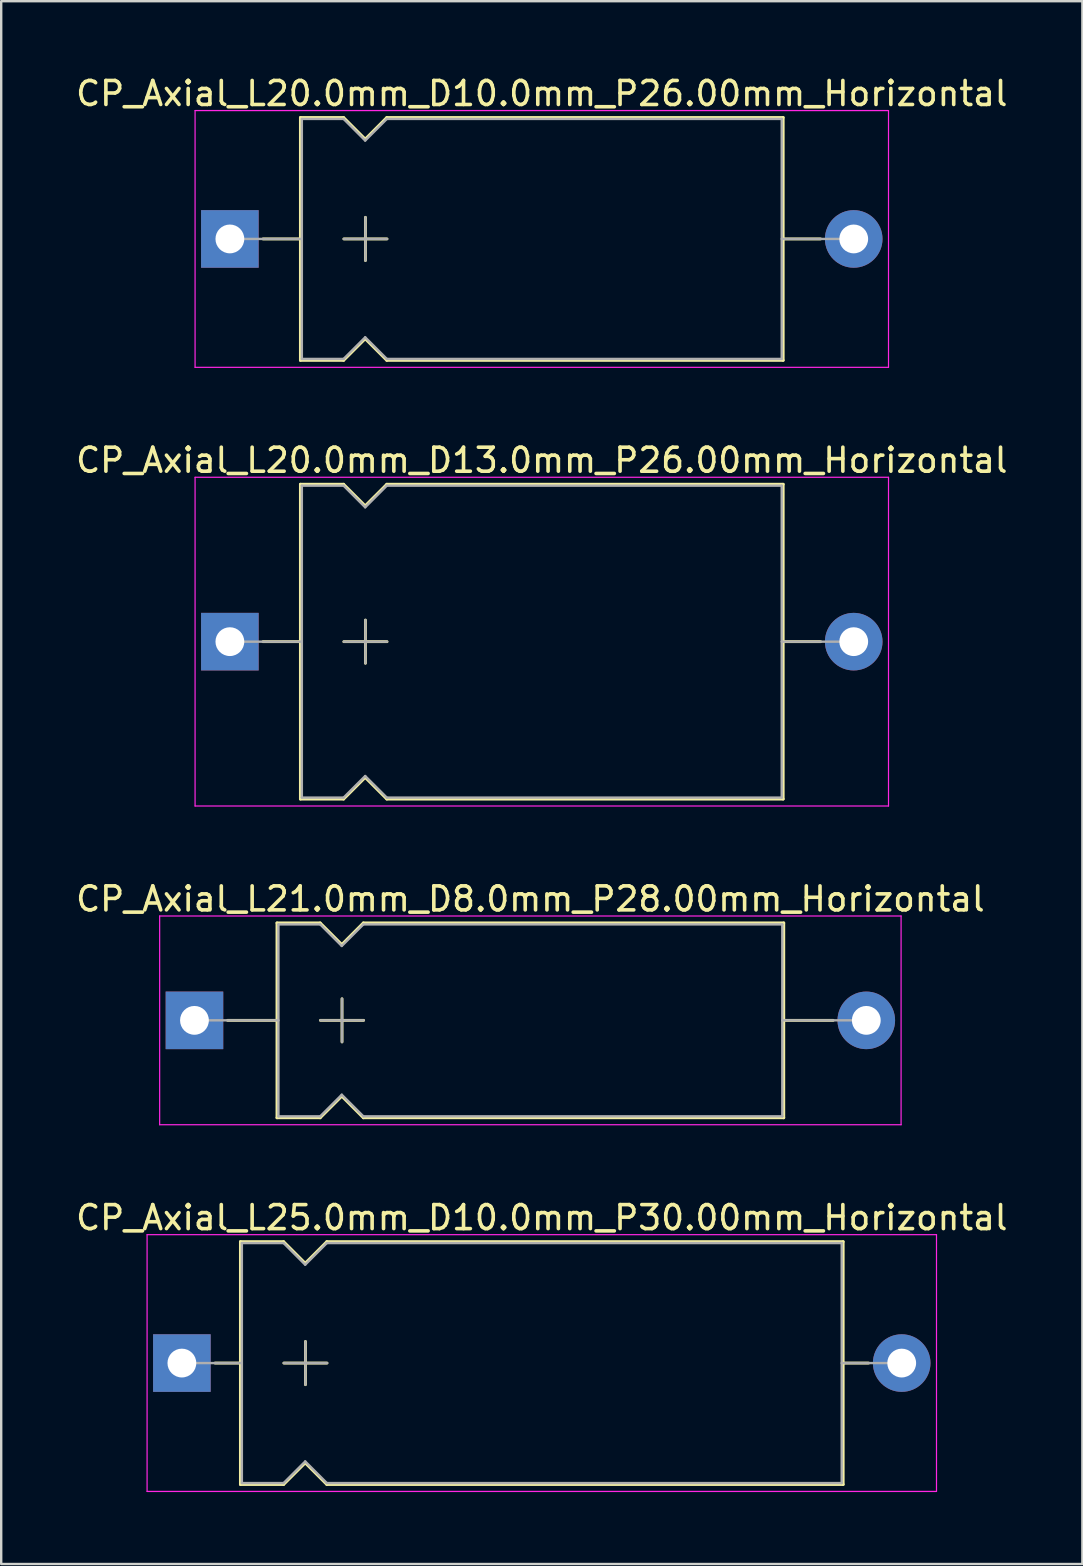
<source format=kicad_pcb>
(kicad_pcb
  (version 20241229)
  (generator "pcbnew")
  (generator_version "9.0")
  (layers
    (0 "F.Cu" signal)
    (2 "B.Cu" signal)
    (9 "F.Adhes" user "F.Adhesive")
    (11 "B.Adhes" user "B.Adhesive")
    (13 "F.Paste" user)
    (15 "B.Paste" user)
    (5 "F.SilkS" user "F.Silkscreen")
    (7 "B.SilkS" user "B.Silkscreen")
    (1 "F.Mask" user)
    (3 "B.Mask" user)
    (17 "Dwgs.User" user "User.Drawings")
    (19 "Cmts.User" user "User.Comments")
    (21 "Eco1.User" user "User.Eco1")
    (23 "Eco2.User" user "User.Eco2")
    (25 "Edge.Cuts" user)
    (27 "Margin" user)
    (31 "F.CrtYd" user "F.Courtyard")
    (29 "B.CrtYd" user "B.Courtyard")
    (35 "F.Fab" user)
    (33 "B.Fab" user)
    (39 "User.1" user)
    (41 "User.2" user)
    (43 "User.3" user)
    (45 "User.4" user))
  (footprint "CP_Axial_L20.0mm_D10.0mm_P26.00mm_Horizontal"
    (layer "F.Cu")
    (at 6.53 6.908)
    (property "Reference" "CP_Axial_L20.0mm_D10.0mm_P26.00mm_Horizontal" (at 13 -6.06 0) (layer "F.SilkS") (effects (font (size 1 1) (thickness 0.15))))
    (attr through_hole)
    (fp_line (start 1.38 0) (end 2.94 0) (stroke (width 0.12) (type solid)) (layer "F.SilkS"))
    (fp_line (start 2.94 -5.06) (end 2.94 5.06) (stroke (width 0.12) (type solid)) (layer "F.SilkS"))
    (fp_line (start 2.94 -5.06) (end 4.74 -5.06) (stroke (width 0.12) (type solid)) (layer "F.SilkS"))
    (fp_line (start 2.94 5.06) (end 4.74 5.06) (stroke (width 0.12) (type solid)) (layer "F.SilkS"))
    (fp_line (start 4.74 -5.06) (end 5.64 -4.16) (stroke (width 0.12) (type solid)) (layer "F.SilkS"))
    (fp_line (start 4.74 5.06) (end 5.64 4.16) (stroke (width 0.12) (type solid)) (layer "F.SilkS"))
    (fp_line (start 4.75 0) (end 6.55 0) (stroke (width 0.12) (type solid)) (layer "F.SilkS"))
    (fp_line (start 5.64 -4.16) (end 6.54 -5.06) (stroke (width 0.12) (type solid)) (layer "F.SilkS"))
    (fp_line (start 5.64 4.16) (end 6.54 5.06) (stroke (width 0.12) (type solid)) (layer "F.SilkS"))
    (fp_line (start 5.65 -0.9) (end 5.65 0.9) (stroke (width 0.12) (type solid)) (layer "F.SilkS"))
    (fp_line (start 6.54 -5.06) (end 23.06 -5.06) (stroke (width 0.12) (type solid)) (layer "F.SilkS"))
    (fp_line (start 6.54 5.06) (end 23.06 5.06) (stroke (width 0.12) (type solid)) (layer "F.SilkS"))
    (fp_line (start 23.06 -5.06) (end 23.06 5.06) (stroke (width 0.12) (type solid)) (layer "F.SilkS"))
    (fp_line (start 24.62 0) (end 23.06 0) (stroke (width 0.12) (type solid)) (layer "F.SilkS"))
    (fp_line (start -1.45 -5.35) (end -1.45 5.35) (stroke (width 0.05) (type solid)) (layer "F.CrtYd"))
    (fp_line (start -1.45 5.35) (end 27.45 5.35) (stroke (width 0.05) (type solid)) (layer "F.CrtYd"))
    (fp_line (start 27.45 -5.35) (end -1.45 -5.35) (stroke (width 0.05) (type solid)) (layer "F.CrtYd"))
    (fp_line (start 27.45 5.35) (end 27.45 -5.35) (stroke (width 0.05) (type solid)) (layer "F.CrtYd"))
    (fp_line (start 0 0) (end 3 0) (stroke (width 0.1) (type solid)) (layer "F.Fab"))
    (fp_line (start 3 -5) (end 3 5) (stroke (width 0.1) (type solid)) (layer "F.Fab"))
    (fp_line (start 3 -5) (end 4.74 -5) (stroke (width 0.1) (type solid)) (layer "F.Fab"))
    (fp_line (start 3 5) (end 4.74 5) (stroke (width 0.1) (type solid)) (layer "F.Fab"))
    (fp_line (start 4.74 -5) (end 5.64 -4.1) (stroke (width 0.1) (type solid)) (layer "F.Fab"))
    (fp_line (start 4.74 5) (end 5.64 4.1) (stroke (width 0.1) (type solid)) (layer "F.Fab"))
    (fp_line (start 4.75 0) (end 6.55 0) (stroke (width 0.1) (type solid)) (layer "F.Fab"))
    (fp_line (start 5.64 -4.1) (end 6.54 -5) (stroke (width 0.1) (type solid)) (layer "F.Fab"))
    (fp_line (start 5.64 4.1) (end 6.54 5) (stroke (width 0.1) (type solid)) (layer "F.Fab"))
    (fp_line (start 5.65 -0.9) (end 5.65 0.9) (stroke (width 0.1) (type solid)) (layer "F.Fab"))
    (fp_line (start 6.54 -5) (end 23 -5) (stroke (width 0.1) (type solid)) (layer "F.Fab"))
    (fp_line (start 6.54 5) (end 23 5) (stroke (width 0.1) (type solid)) (layer "F.Fab"))
    (fp_line (start 23 -5) (end 23 5) (stroke (width 0.1) (type solid)) (layer "F.Fab"))
    (fp_line (start 26 0) (end 23 0) (stroke (width 0.1) (type solid)) (layer "F.Fab"))
    (pad "1" thru_hole rect (at 0 0) (size 2.4 2.4) (drill 1.2) (layers "*.Cu" "*.Mask"))
    (pad "2" thru_hole oval (at 26 0) (size 2.4 2.4) (drill 1.2) (layers "*.Cu" "*.Mask")))
  (footprint "CP_Axial_L21.0mm_D8.0mm_P28.00mm_Horizontal"
    (layer "F.Cu")
    (at 5.054 39.475)
    (property "Reference" "CP_Axial_L21.0mm_D8.0mm_P28.00mm_Horizontal" (at 14 -5.06 0) (layer "F.SilkS") (effects (font (size 1 1) (thickness 0.15))))
    (attr through_hole)
    (fp_line (start 1.38 0) (end 3.44 0) (stroke (width 0.12) (type solid)) (layer "F.SilkS"))
    (fp_line (start 3.44 -4.06) (end 3.44 4.06) (stroke (width 0.12) (type solid)) (layer "F.SilkS"))
    (fp_line (start 3.44 -4.06) (end 5.24 -4.06) (stroke (width 0.12) (type solid)) (layer "F.SilkS"))
    (fp_line (start 3.44 4.06) (end 5.24 4.06) (stroke (width 0.12) (type solid)) (layer "F.SilkS"))
    (fp_line (start 5.24 -4.06) (end 6.14 -3.16) (stroke (width 0.12) (type solid)) (layer "F.SilkS"))
    (fp_line (start 5.24 4.06) (end 6.14 3.16) (stroke (width 0.12) (type solid)) (layer "F.SilkS"))
    (fp_line (start 5.25 0) (end 7.05 0) (stroke (width 0.12) (type solid)) (layer "F.SilkS"))
    (fp_line (start 6.14 -3.16) (end 7.04 -4.06) (stroke (width 0.12) (type solid)) (layer "F.SilkS"))
    (fp_line (start 6.14 3.16) (end 7.04 4.06) (stroke (width 0.12) (type solid)) (layer "F.SilkS"))
    (fp_line (start 6.15 -0.9) (end 6.15 0.9) (stroke (width 0.12) (type solid)) (layer "F.SilkS"))
    (fp_line (start 7.04 -4.06) (end 24.56 -4.06) (stroke (width 0.12) (type solid)) (layer "F.SilkS"))
    (fp_line (start 7.04 4.06) (end 24.56 4.06) (stroke (width 0.12) (type solid)) (layer "F.SilkS"))
    (fp_line (start 24.56 -4.06) (end 24.56 4.06) (stroke (width 0.12) (type solid)) (layer "F.SilkS"))
    (fp_line (start 26.62 0) (end 24.56 0) (stroke (width 0.12) (type solid)) (layer "F.SilkS"))
    (fp_line (start -1.45 -4.35) (end -1.45 4.35) (stroke (width 0.05) (type solid)) (layer "F.CrtYd"))
    (fp_line (start -1.45 4.35) (end 29.45 4.35) (stroke (width 0.05) (type solid)) (layer "F.CrtYd"))
    (fp_line (start 29.45 -4.35) (end -1.45 -4.35) (stroke (width 0.05) (type solid)) (layer "F.CrtYd"))
    (fp_line (start 29.45 4.35) (end 29.45 -4.35) (stroke (width 0.05) (type solid)) (layer "F.CrtYd"))
    (fp_line (start 0 0) (end 3.5 0) (stroke (width 0.1) (type solid)) (layer "F.Fab"))
    (fp_line (start 3.5 -4) (end 3.5 4) (stroke (width 0.1) (type solid)) (layer "F.Fab"))
    (fp_line (start 3.5 -4) (end 5.24 -4) (stroke (width 0.1) (type solid)) (layer "F.Fab"))
    (fp_line (start 3.5 4) (end 5.24 4) (stroke (width 0.1) (type solid)) (layer "F.Fab"))
    (fp_line (start 5.24 -4) (end 6.14 -3.1) (stroke (width 0.1) (type solid)) (layer "F.Fab"))
    (fp_line (start 5.24 4) (end 6.14 3.1) (stroke (width 0.1) (type solid)) (layer "F.Fab"))
    (fp_line (start 5.25 0) (end 7.05 0) (stroke (width 0.1) (type solid)) (layer "F.Fab"))
    (fp_line (start 6.14 -3.1) (end 7.04 -4) (stroke (width 0.1) (type solid)) (layer "F.Fab"))
    (fp_line (start 6.14 3.1) (end 7.04 4) (stroke (width 0.1) (type solid)) (layer "F.Fab"))
    (fp_line (start 6.15 -0.9) (end 6.15 0.9) (stroke (width 0.1) (type solid)) (layer "F.Fab"))
    (fp_line (start 7.04 -4) (end 24.5 -4) (stroke (width 0.1) (type solid)) (layer "F.Fab"))
    (fp_line (start 7.04 4) (end 24.5 4) (stroke (width 0.1) (type solid)) (layer "F.Fab"))
    (fp_line (start 24.5 -4) (end 24.5 4) (stroke (width 0.1) (type solid)) (layer "F.Fab"))
    (fp_line (start 28 0) (end 24.5 0) (stroke (width 0.1) (type solid)) (layer "F.Fab"))
    (pad "1" thru_hole rect (at 0 0) (size 2.4 2.4) (drill 1.2) (layers "*.Cu" "*.Mask"))
    (pad "2" thru_hole oval (at 28 0) (size 2.4 2.4) (drill 1.2) (layers "*.Cu" "*.Mask")))
  (footprint "CP_Axial_L20.0mm_D13.0mm_P26.00mm_Horizontal"
    (layer "F.Cu")
    (at 6.53 23.692)
    (property "Reference" "CP_Axial_L20.0mm_D13.0mm_P26.00mm_Horizontal" (at 13 -7.56 0) (layer "F.SilkS") (effects (font (size 1 1) (thickness 0.15))))
    (attr through_hole)
    (fp_line (start 1.38 0) (end 2.94 0) (stroke (width 0.12) (type solid)) (layer "F.SilkS"))
    (fp_line (start 2.94 -6.56) (end 2.94 6.56) (stroke (width 0.12) (type solid)) (layer "F.SilkS"))
    (fp_line (start 2.94 -6.56) (end 4.74 -6.56) (stroke (width 0.12) (type solid)) (layer "F.SilkS"))
    (fp_line (start 2.94 6.56) (end 4.74 6.56) (stroke (width 0.12) (type solid)) (layer "F.SilkS"))
    (fp_line (start 4.74 -6.56) (end 5.64 -5.66) (stroke (width 0.12) (type solid)) (layer "F.SilkS"))
    (fp_line (start 4.74 6.56) (end 5.64 5.66) (stroke (width 0.12) (type solid)) (layer "F.SilkS"))
    (fp_line (start 4.75 0) (end 6.55 0) (stroke (width 0.12) (type solid)) (layer "F.SilkS"))
    (fp_line (start 5.64 -5.66) (end 6.54 -6.56) (stroke (width 0.12) (type solid)) (layer "F.SilkS"))
    (fp_line (start 5.64 5.66) (end 6.54 6.56) (stroke (width 0.12) (type solid)) (layer "F.SilkS"))
    (fp_line (start 5.65 -0.9) (end 5.65 0.9) (stroke (width 0.12) (type solid)) (layer "F.SilkS"))
    (fp_line (start 6.54 -6.56) (end 23.06 -6.56) (stroke (width 0.12) (type solid)) (layer "F.SilkS"))
    (fp_line (start 6.54 6.56) (end 23.06 6.56) (stroke (width 0.12) (type solid)) (layer "F.SilkS"))
    (fp_line (start 23.06 -6.56) (end 23.06 6.56) (stroke (width 0.12) (type solid)) (layer "F.SilkS"))
    (fp_line (start 24.62 0) (end 23.06 0) (stroke (width 0.12) (type solid)) (layer "F.SilkS"))
    (fp_line (start -1.45 -6.85) (end -1.45 6.85) (stroke (width 0.05) (type solid)) (layer "F.CrtYd"))
    (fp_line (start -1.45 6.85) (end 27.45 6.85) (stroke (width 0.05) (type solid)) (layer "F.CrtYd"))
    (fp_line (start 27.45 -6.85) (end -1.45 -6.85) (stroke (width 0.05) (type solid)) (layer "F.CrtYd"))
    (fp_line (start 27.45 6.85) (end 27.45 -6.85) (stroke (width 0.05) (type solid)) (layer "F.CrtYd"))
    (fp_line (start 0 0) (end 3 0) (stroke (width 0.1) (type solid)) (layer "F.Fab"))
    (fp_line (start 3 -6.5) (end 3 6.5) (stroke (width 0.1) (type solid)) (layer "F.Fab"))
    (fp_line (start 3 -6.5) (end 4.74 -6.5) (stroke (width 0.1) (type solid)) (layer "F.Fab"))
    (fp_line (start 3 6.5) (end 4.74 6.5) (stroke (width 0.1) (type solid)) (layer "F.Fab"))
    (fp_line (start 4.74 -6.5) (end 5.64 -5.6) (stroke (width 0.1) (type solid)) (layer "F.Fab"))
    (fp_line (start 4.74 6.5) (end 5.64 5.6) (stroke (width 0.1) (type solid)) (layer "F.Fab"))
    (fp_line (start 4.75 0) (end 6.55 0) (stroke (width 0.1) (type solid)) (layer "F.Fab"))
    (fp_line (start 5.64 -5.6) (end 6.54 -6.5) (stroke (width 0.1) (type solid)) (layer "F.Fab"))
    (fp_line (start 5.64 5.6) (end 6.54 6.5) (stroke (width 0.1) (type solid)) (layer "F.Fab"))
    (fp_line (start 5.65 -0.9) (end 5.65 0.9) (stroke (width 0.1) (type solid)) (layer "F.Fab"))
    (fp_line (start 6.54 -6.5) (end 23 -6.5) (stroke (width 0.1) (type solid)) (layer "F.Fab"))
    (fp_line (start 6.54 6.5) (end 23 6.5) (stroke (width 0.1) (type solid)) (layer "F.Fab"))
    (fp_line (start 23 -6.5) (end 23 6.5) (stroke (width 0.1) (type solid)) (layer "F.Fab"))
    (fp_line (start 26 0) (end 23 0) (stroke (width 0.1) (type solid)) (layer "F.Fab"))
    (pad "1" thru_hole rect (at 0 0) (size 2.4 2.4) (drill 1.2) (layers "*.Cu" "*.Mask"))
    (pad "2" thru_hole oval (at 26 0) (size 2.4 2.4) (drill 1.2) (layers "*.Cu" "*.Mask")))
  (footprint "CP_Axial_L25.0mm_D10.0mm_P30.00mm_Horizontal"
    (layer "F.Cu")
    (at 4.53 53.758)
    (property "Reference" "CP_Axial_L25.0mm_D10.0mm_P30.00mm_Horizontal" (at 15 -6.06 0) (layer "F.SilkS") (effects (font (size 1 1) (thickness 0.15))))
    (attr through_hole)
    (fp_line (start 1.38 0) (end 2.44 0) (stroke (width 0.12) (type solid)) (layer "F.SilkS"))
    (fp_line (start 2.44 -5.06) (end 2.44 5.06) (stroke (width 0.12) (type solid)) (layer "F.SilkS"))
    (fp_line (start 2.44 -5.06) (end 4.24 -5.06) (stroke (width 0.12) (type solid)) (layer "F.SilkS"))
    (fp_line (start 2.44 5.06) (end 4.24 5.06) (stroke (width 0.12) (type solid)) (layer "F.SilkS"))
    (fp_line (start 4.24 -5.06) (end 5.14 -4.16) (stroke (width 0.12) (type solid)) (layer "F.SilkS"))
    (fp_line (start 4.24 5.06) (end 5.14 4.16) (stroke (width 0.12) (type solid)) (layer "F.SilkS"))
    (fp_line (start 4.25 0) (end 6.05 0) (stroke (width 0.12) (type solid)) (layer "F.SilkS"))
    (fp_line (start 5.14 -4.16) (end 6.04 -5.06) (stroke (width 0.12) (type solid)) (layer "F.SilkS"))
    (fp_line (start 5.14 4.16) (end 6.04 5.06) (stroke (width 0.12) (type solid)) (layer "F.SilkS"))
    (fp_line (start 5.15 -0.9) (end 5.15 0.9) (stroke (width 0.12) (type solid)) (layer "F.SilkS"))
    (fp_line (start 6.04 -5.06) (end 27.56 -5.06) (stroke (width 0.12) (type solid)) (layer "F.SilkS"))
    (fp_line (start 6.04 5.06) (end 27.56 5.06) (stroke (width 0.12) (type solid)) (layer "F.SilkS"))
    (fp_line (start 27.56 -5.06) (end 27.56 5.06) (stroke (width 0.12) (type solid)) (layer "F.SilkS"))
    (fp_line (start 28.62 0) (end 27.56 0) (stroke (width 0.12) (type solid)) (layer "F.SilkS"))
    (fp_line (start -1.45 -5.35) (end -1.45 5.35) (stroke (width 0.05) (type solid)) (layer "F.CrtYd"))
    (fp_line (start -1.45 5.35) (end 31.45 5.35) (stroke (width 0.05) (type solid)) (layer "F.CrtYd"))
    (fp_line (start 31.45 -5.35) (end -1.45 -5.35) (stroke (width 0.05) (type solid)) (layer "F.CrtYd"))
    (fp_line (start 31.45 5.35) (end 31.45 -5.35) (stroke (width 0.05) (type solid)) (layer "F.CrtYd"))
    (fp_line (start 0 0) (end 2.5 0) (stroke (width 0.1) (type solid)) (layer "F.Fab"))
    (fp_line (start 2.5 -5) (end 2.5 5) (stroke (width 0.1) (type solid)) (layer "F.Fab"))
    (fp_line (start 2.5 -5) (end 4.24 -5) (stroke (width 0.1) (type solid)) (layer "F.Fab"))
    (fp_line (start 2.5 5) (end 4.24 5) (stroke (width 0.1) (type solid)) (layer "F.Fab"))
    (fp_line (start 4.24 -5) (end 5.14 -4.1) (stroke (width 0.1) (type solid)) (layer "F.Fab"))
    (fp_line (start 4.24 5) (end 5.14 4.1) (stroke (width 0.1) (type solid)) (layer "F.Fab"))
    (fp_line (start 4.25 0) (end 6.05 0) (stroke (width 0.1) (type solid)) (layer "F.Fab"))
    (fp_line (start 5.14 -4.1) (end 6.04 -5) (stroke (width 0.1) (type solid)) (layer "F.Fab"))
    (fp_line (start 5.14 4.1) (end 6.04 5) (stroke (width 0.1) (type solid)) (layer "F.Fab"))
    (fp_line (start 5.15 -0.9) (end 5.15 0.9) (stroke (width 0.1) (type solid)) (layer "F.Fab"))
    (fp_line (start 6.04 -5) (end 27.5 -5) (stroke (width 0.1) (type solid)) (layer "F.Fab"))
    (fp_line (start 6.04 5) (end 27.5 5) (stroke (width 0.1) (type solid)) (layer "F.Fab"))
    (fp_line (start 27.5 -5) (end 27.5 5) (stroke (width 0.1) (type solid)) (layer "F.Fab"))
    (fp_line (start 30 0) (end 27.5 0) (stroke (width 0.1) (type solid)) (layer "F.Fab"))
    (pad "1" thru_hole rect (at 0 0) (size 2.4 2.4) (drill 1.2) (layers "*.Cu" "*.Mask"))
    (pad "2" thru_hole oval (at 30 0) (size 2.4 2.4) (drill 1.2) (layers "*.Cu" "*.Mask")))
  (gr_rect
    (start -3 -3)
    (end 42.06 62.133)
    (stroke (width 0.1) (type default))
    (fill no)
    (layer "Edge.Cuts")))
</source>
